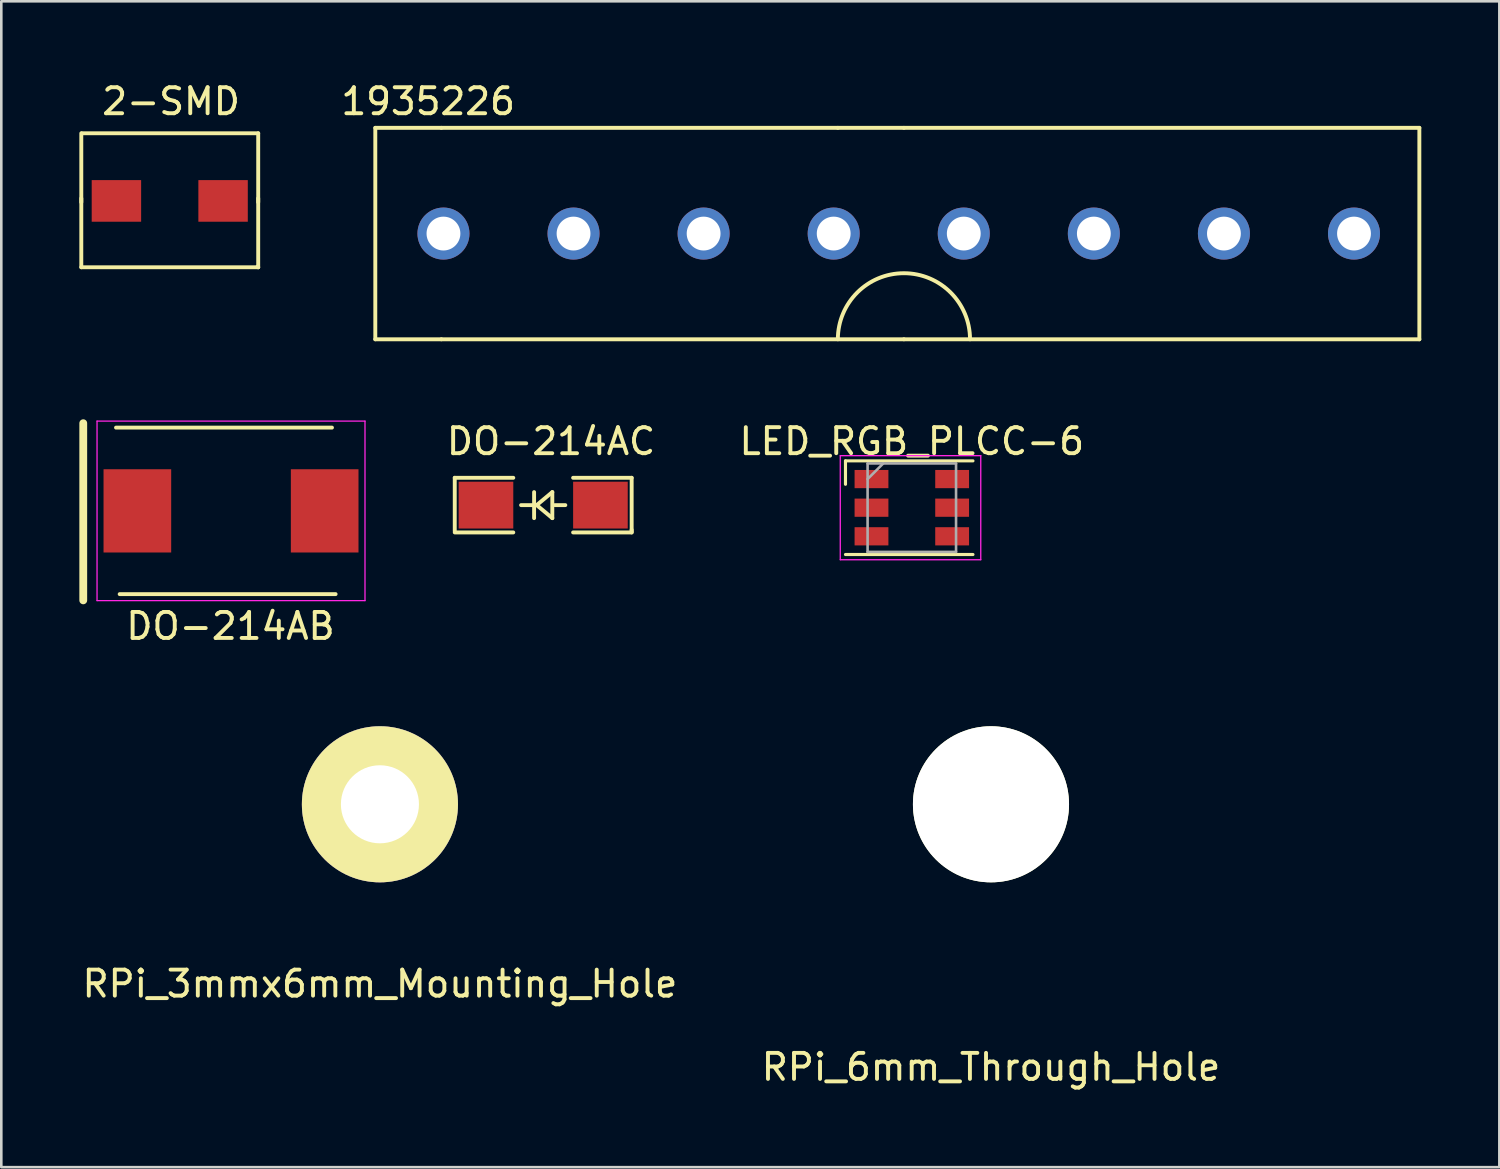
<source format=kicad_pcb>
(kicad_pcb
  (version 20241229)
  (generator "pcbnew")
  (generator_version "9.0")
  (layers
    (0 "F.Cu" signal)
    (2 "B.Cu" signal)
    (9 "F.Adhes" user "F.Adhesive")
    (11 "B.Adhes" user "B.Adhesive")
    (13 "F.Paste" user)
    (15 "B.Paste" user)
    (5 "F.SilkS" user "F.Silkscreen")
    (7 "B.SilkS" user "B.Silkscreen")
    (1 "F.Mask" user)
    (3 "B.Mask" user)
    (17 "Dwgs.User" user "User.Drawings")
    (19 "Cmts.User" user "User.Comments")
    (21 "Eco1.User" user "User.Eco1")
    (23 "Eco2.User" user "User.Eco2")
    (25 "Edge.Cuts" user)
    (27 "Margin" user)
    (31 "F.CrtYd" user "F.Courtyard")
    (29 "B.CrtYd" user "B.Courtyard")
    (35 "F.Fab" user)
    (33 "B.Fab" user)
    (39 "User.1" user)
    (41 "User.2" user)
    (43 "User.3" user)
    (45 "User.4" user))
  (footprint "DO-214AC"
    (layer "F.Cu")
    (at 14.58 15.466)
    (property "Reference" "DO-214AC" (at 3.55 -1.55 0) (layer "F.SilkS") (effects (font (size 1 1) (thickness 0.15))))
    (attr through_hole)
    (fp_line (start -0.15 -0.15) (end -0.15 1.9) (stroke (width 0.15) (type solid)) (layer "F.SilkS"))
    (fp_line (start -0.15 1.95) (end 2.1 1.95) (stroke (width 0.15) (type solid)) (layer "F.SilkS"))
    (fp_line (start 2.1 -0.15) (end -0.15 -0.15) (stroke (width 0.15) (type solid)) (layer "F.SilkS"))
    (fp_line (start 2.9 0.4) (end 2.9 1.4) (stroke (width 0.15) (type solid)) (layer "F.SilkS"))
    (fp_line (start 2.9 0.9) (end 2.4 0.9) (stroke (width 0.15) (type solid)) (layer "F.SilkS"))
    (fp_line (start 3.6 0.4) (end 3 0.9) (stroke (width 0.15) (type solid)) (layer "F.SilkS"))
    (fp_line (start 3.6 0.4) (end 3.6 1.4) (stroke (width 0.15) (type solid)) (layer "F.SilkS"))
    (fp_line (start 3.6 1.4) (end 3 0.9) (stroke (width 0.15) (type solid)) (layer "F.SilkS"))
    (fp_line (start 3.7 0.9) (end 4.1 0.9) (stroke (width 0.15) (type solid)) (layer "F.SilkS"))
    (fp_line (start 4.4 1.95) (end 6.65 1.95) (stroke (width 0.15) (type solid)) (layer "F.SilkS"))
    (fp_line (start 6.65 -0.15) (end 4.4 -0.15) (stroke (width 0.15) (type solid)) (layer "F.SilkS"))
    (fp_line (start 6.65 -0.15) (end 6.65 1.9) (stroke (width 0.15) (type solid)) (layer "F.SilkS"))
    (fp_line (start 6.65 1.85) (end 6.65 1.95) (stroke (width 0.15) (type solid)) (layer "F.SilkS"))
    (pad "1" smd rect (at 1.05 0.9) (size 2.1 1.8) (layers "F.Cu" "F.Mask" "F.Paste"))
    (pad "2" smd rect (at 5.45 0.9) (size 2.1 1.8) (layers "F.Cu" "F.Mask" "F.Paste")))
  (footprint "DO-214AB"
    (layer "F.Cu")
    (at 5.83 16.587)
    (property "Reference" "DO-214AB" (at -0.02 4.43 0) (layer "F.SilkS") (effects (font (size 1 1) (thickness 0.15))))
    (attr smd)
    (fp_line (start -5.68 -3.37) (end -5.68 3.44) (stroke (width 0.3) (type solid)) (layer "F.SilkS"))
    (fp_line (start -4.42 -3.2) (end 3.88 -3.2) (stroke (width 0.15) (type solid)) (layer "F.SilkS"))
    (fp_line (start 4.02 3.2) (end -4.28 3.2) (stroke (width 0.15) (type solid)) (layer "F.SilkS"))
    (fp_line (start -5.15 -3.45) (end 5.15 -3.45) (stroke (width 0.05) (type solid)) (layer "F.CrtYd"))
    (fp_line (start -5.15 3.45) (end -5.15 -3.45) (stroke (width 0.05) (type solid)) (layer "F.CrtYd"))
    (fp_line (start 5.15 -3.45) (end 5.15 3.45) (stroke (width 0.05) (type solid)) (layer "F.CrtYd"))
    (fp_line (start 5.15 3.45) (end -5.15 3.45) (stroke (width 0.05) (type solid)) (layer "F.CrtYd"))
    (pad "1" smd rect (at -3.6 0) (size 2.6 3.2) (layers "F.Cu" "F.Mask" "F.Paste"))
    (pad "2" smd rect (at 3.6 0) (size 2.6 3.2) (layers "F.Cu" "F.Mask" "F.Paste")))
  (footprint "LED_RGB_PLCC-6"
    (layer "F.Cu")
    (at 31.999 16.465)
    (property "Reference" "LED_RGB_PLCC-6" (at 0 -2.55 180) (layer "F.SilkS") (effects (font (size 1 1) (thickness 0.15))))
    (attr smd)
    (fp_line (start -2.55 -1.8) (end -2.55 -0.9) (stroke (width 0.12) (type solid)) (layer "F.SilkS"))
    (fp_line (start -2.55 1.8) (end 2.35 1.8) (stroke (width 0.12) (type solid)) (layer "F.SilkS"))
    (fp_line (start 2.35 -1.8) (end -2.55 -1.8) (stroke (width 0.12) (type solid)) (layer "F.SilkS"))
    (fp_line (start -2.75 -2) (end -2.75 2) (stroke (width 0.05) (type solid)) (layer "F.CrtYd"))
    (fp_line (start -2.75 -2) (end 2.65 -2) (stroke (width 0.05) (type solid)) (layer "F.CrtYd"))
    (fp_line (start -2.75 2) (end 2.65 2) (stroke (width 0.05) (type solid)) (layer "F.CrtYd"))
    (fp_line (start 2.65 -2) (end 2.65 2) (stroke (width 0.05) (type solid)) (layer "F.CrtYd"))
    (fp_line (start -1.7 -1.7) (end -1.7 1.7) (stroke (width 0.1) (type solid)) (layer "F.Fab"))
    (fp_line (start -1.7 -1.1) (end -1.1 -1.7) (stroke (width 0.1) (type solid)) (layer "F.Fab"))
    (fp_line (start -1.7 1.7) (end 1.7 1.7) (stroke (width 0.1) (type solid)) (layer "F.Fab"))
    (fp_line (start 1.7 -1.7) (end -1.7 -1.7) (stroke (width 0.1) (type solid)) (layer "F.Fab"))
    (fp_line (start 1.7 1.7) (end 1.7 -1.7) (stroke (width 0.1) (type solid)) (layer "F.Fab"))
    (pad "1" smd rect (at -1.55 -1.1 90) (size 0.7 1.3) (layers "F.Cu" "F.Mask" "F.Paste"))
    (pad "2" smd rect (at -1.55 0 90) (size 0.7 1.3) (layers "F.Cu" "F.Mask" "F.Paste"))
    (pad "3" smd rect (at -1.55 1.1 90) (size 0.7 1.3) (layers "F.Cu" "F.Mask" "F.Paste"))
    (pad "4" smd rect (at 1.55 1.1 90) (size 0.7 1.3) (layers "F.Cu" "F.Mask" "F.Paste"))
    (pad "5" smd rect (at 1.55 0 90) (size 0.7 1.3) (layers "F.Cu" "F.Mask" "F.Paste"))
    (pad "6" smd rect (at 1.55 -1.1 90) (size 0.7 1.3) (layers "F.Cu" "F.Mask" "F.Paste")))
  (footprint "1935226"
    (layer "F.Cu")
    (at 18.996 5.928)
    (property "Reference" "1935226" (at -5.588 -5.08 0) (layer "F.SilkS") (effects (font (size 1 1) (thickness 0.15))))
    (attr through_hole)
    (fp_line (start -7.62 -4.064) (end -7.62 4.064) (stroke (width 0.15) (type solid)) (layer "F.SilkS"))
    (fp_line (start -7.62 4.064) (end -5.08 4.064) (stroke (width 0.15) (type solid)) (layer "F.SilkS"))
    (fp_line (start -5.08 -4.064) (end -7.62 -4.064) (stroke (width 0.15) (type solid)) (layer "F.SilkS"))
    (fp_line (start -5.08 -4.064) (end 10.16 -4.064) (stroke (width 0.15) (type solid)) (layer "F.SilkS"))
    (fp_line (start 10.16 -4.064) (end 12.7 -4.064) (stroke (width 0.15) (type solid)) (layer "F.SilkS"))
    (fp_line (start 12.7 -4.064) (end 32.512 -4.064) (stroke (width 0.15) (type solid)) (layer "F.SilkS"))
    (fp_line (start 12.7 4.064) (end -5.08 4.064) (stroke (width 0.15) (type solid)) (layer "F.SilkS"))
    (fp_line (start 12.7 4.064) (end 32.512 4.064) (stroke (width 0.15) (type solid)) (layer "F.SilkS"))
    (fp_line (start 32.512 -4.064) (end 32.512 4.064) (stroke (width 0.15) (type solid)) (layer "F.SilkS"))
    (fp_arc (start 10.16 4.064) (mid 12.7 1.524) (end 15.24 4.064) (stroke (width 0.15) (type solid)) (layer "F.SilkS"))
    (pad "1" thru_hole circle (at -5 0) (size 2 2) (drill 1.3) (layers "*.Cu" "*.Mask"))
    (pad "2" thru_hole circle (at 0 0) (size 2 2) (drill 1.3) (layers "*.Cu" "*.Mask"))
    (pad "3" thru_hole circle (at 5 0) (size 2 2) (drill 1.3) (layers "*.Cu" "*.Mask"))
    (pad "4" thru_hole circle (at 10 0) (size 2 2) (drill 1.3) (layers "*.Cu" "*.Mask"))
    (pad "5" thru_hole circle (at 15 0) (size 2 2) (drill 1.3) (layers "*.Cu" "*.Mask" "F.Paste"))
    (pad "6" thru_hole circle (at 20 0) (size 2 2) (drill 1.3) (layers "*.Cu" "*.Mask"))
    (pad "7" thru_hole circle (at 25 0) (size 2 2) (drill 1.3) (layers "*.Cu" "*.Mask"))
    (pad "8" thru_hole circle (at 30 0) (size 2 2) (drill 1.3) (layers "*.Cu" "*.Mask")))
  (footprint "RPi_3mmx6mm_Mounting_Hole"
    (layer "F.Cu")
    (at 11.554 27.866)
    (property "Reference" "RPi_3mmx6mm_Mounting_Hole" (at 0 6.9 0) (layer "F.SilkS") (effects (font (size 1 1) (thickness 0.15))))
    (attr through_hole)
    (pad "" np_thru_hole circle (at 0 0) (size 6 6) (drill 3) (layers "*.Cu" "*.Mask" "F.SilkS")))
  (footprint "2-SMD"
    (layer "F.Cu")
    (at 0.475 3.873)
    (property "Reference" "2-SMD" (at 3.05 -3.025 0) (layer "F.SilkS") (effects (font (size 1 1) (thickness 0.15))))
    (attr through_hole)
    (fp_line (start -0.4 -1.8) (end -0.4 0.85) (stroke (width 0.15) (type solid)) (layer "F.SilkS"))
    (fp_line (start -0.4 0.7) (end -0.4 3.35) (stroke (width 0.15) (type solid)) (layer "F.SilkS"))
    (fp_line (start -0.4 3.35) (end 6.4 3.35) (stroke (width 0.15) (type solid)) (layer "F.SilkS"))
    (fp_line (start -0.375 -1.8) (end 6.4 -1.8) (stroke (width 0.15) (type solid)) (layer "F.SilkS"))
    (fp_line (start 6.4 -1.8) (end 6.4 0.85) (stroke (width 0.15) (type solid)) (layer "F.SilkS"))
    (fp_line (start 6.4 0.7) (end 6.4 3.35) (stroke (width 0.15) (type solid)) (layer "F.SilkS"))
    (fp_line (start 6.4 3.35) (end 6.375 3.325) (stroke (width 0.15) (type solid)) (layer "F.SilkS"))
    (pad "1" smd rect (at 0.95 0.8) (size 1.9 1.6) (layers "F.Cu" "F.Mask" "F.Paste"))
    (pad "2" smd rect (at 5.05 0.8) (size 1.9 1.6) (layers "F.Cu" "F.Mask" "F.Paste")))
  (footprint "RPi_6mm_Through_Hole"
    (layer "F.Cu")
    (at 35.042 27.866)
    (property "Reference" "RPi_6mm_Through_Hole" (at 0 10.1 0) (layer "F.SilkS") (effects (font (size 1 1) (thickness 0.15))))
    (attr through_hole)
    (pad "" np_thru_hole circle (at 0 0) (size 6 6) (drill 6) (layers "*.Cu" "*.Mask" "F.SilkS")))
  (gr_rect
    (start -3 -3)
    (end 54.583 41.814)
    (stroke (width 0.1) (type default))
    (fill no)
    (layer "Edge.Cuts")))
</source>
